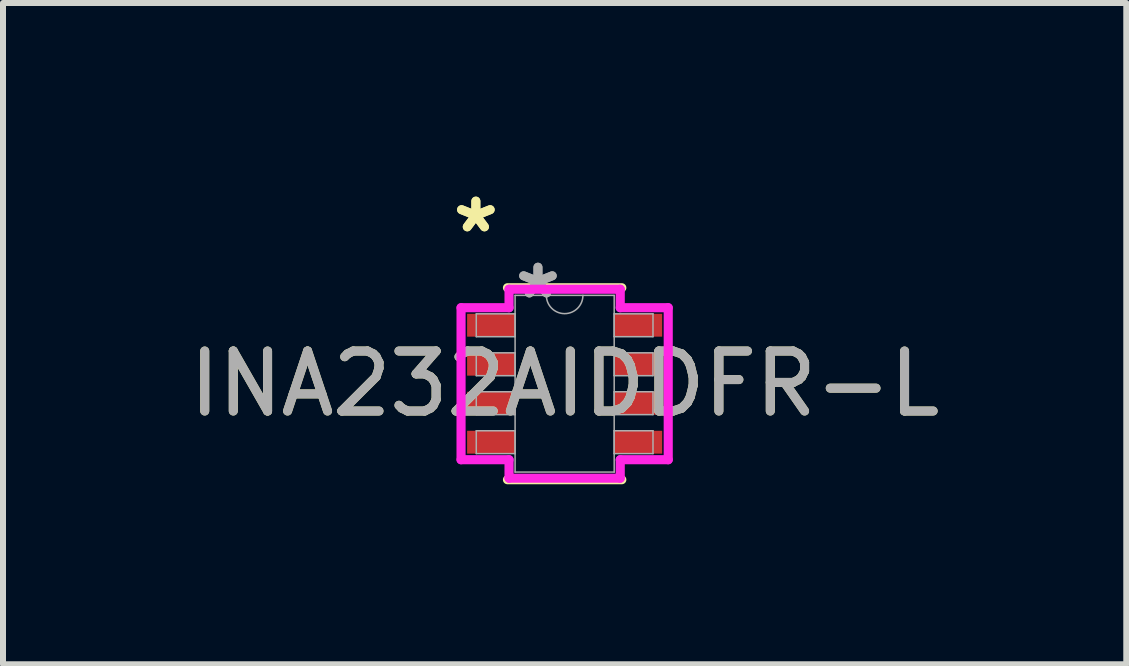
<source format=kicad_pcb>
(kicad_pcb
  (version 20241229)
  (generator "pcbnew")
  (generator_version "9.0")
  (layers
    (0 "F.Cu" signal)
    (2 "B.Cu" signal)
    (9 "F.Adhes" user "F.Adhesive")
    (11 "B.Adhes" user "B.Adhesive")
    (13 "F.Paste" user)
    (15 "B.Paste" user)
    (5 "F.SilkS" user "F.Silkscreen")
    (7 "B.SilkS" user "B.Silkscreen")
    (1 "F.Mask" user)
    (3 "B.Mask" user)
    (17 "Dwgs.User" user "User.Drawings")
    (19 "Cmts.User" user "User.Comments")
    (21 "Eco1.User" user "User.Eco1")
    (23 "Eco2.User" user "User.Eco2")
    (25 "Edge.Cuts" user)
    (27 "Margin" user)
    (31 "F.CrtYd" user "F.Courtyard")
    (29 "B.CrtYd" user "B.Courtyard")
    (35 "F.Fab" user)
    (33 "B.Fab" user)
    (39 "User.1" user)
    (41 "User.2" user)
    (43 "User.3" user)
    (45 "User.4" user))
  (footprint "INA232AIDDFR-L"
    (layer "F.Cu")
    (at 6.363 3.347)
    (property "Reference" "INA232AIDDFR-L" (at 0 0 0) (unlocked yes) (layer "F.SilkS") (effects (font (size 1 1) (thickness 0.15))))
    (attr smd)
    (fp_line (start -0.953 1.6) (end 0.953 1.6) (stroke (width 0.152) (type solid)) (layer "F.SilkS"))
    (fp_line (start 0.953 -1.6) (end -0.953 -1.6) (stroke (width 0.152) (type solid)) (layer "F.SilkS"))
    (fp_line (start -1.727 -1.267) (end -0.927 -1.267) (stroke (width 0.152) (type solid)) (layer "F.CrtYd"))
    (fp_line (start -1.727 1.267) (end -1.727 -1.267) (stroke (width 0.152) (type solid)) (layer "F.CrtYd"))
    (fp_line (start -1.727 1.267) (end -0.927 1.267) (stroke (width 0.152) (type solid)) (layer "F.CrtYd"))
    (fp_line (start -0.927 -1.575) (end 0.927 -1.575) (stroke (width 0.152) (type solid)) (layer "F.CrtYd"))
    (fp_line (start -0.927 -1.267) (end -0.927 -1.575) (stroke (width 0.152) (type solid)) (layer "F.CrtYd"))
    (fp_line (start -0.927 1.575) (end -0.927 1.267) (stroke (width 0.152) (type solid)) (layer "F.CrtYd"))
    (fp_line (start 0.927 -1.575) (end 0.927 -1.267) (stroke (width 0.152) (type solid)) (layer "F.CrtYd"))
    (fp_line (start 0.927 1.267) (end 0.927 1.575) (stroke (width 0.152) (type solid)) (layer "F.CrtYd"))
    (fp_line (start 0.927 1.575) (end -0.927 1.575) (stroke (width 0.152) (type solid)) (layer "F.CrtYd"))
    (fp_line (start 1.727 -1.267) (end 0.927 -1.267) (stroke (width 0.152) (type solid)) (layer "F.CrtYd"))
    (fp_line (start 1.727 -1.267) (end 1.727 1.267) (stroke (width 0.152) (type solid)) (layer "F.CrtYd"))
    (fp_line (start 1.727 1.267) (end 0.927 1.267) (stroke (width 0.152) (type solid)) (layer "F.CrtYd"))
    (fp_line (start -1.473 -1.165) (end -1.473 -0.784) (stroke (width 0.025) (type solid)) (layer "F.Fab"))
    (fp_line (start -1.473 -0.784) (end -0.826 -0.784) (stroke (width 0.025) (type solid)) (layer "F.Fab"))
    (fp_line (start -1.473 -0.515) (end -1.473 -0.134) (stroke (width 0.025) (type solid)) (layer "F.Fab"))
    (fp_line (start -1.473 -0.134) (end -0.826 -0.134) (stroke (width 0.025) (type solid)) (layer "F.Fab"))
    (fp_line (start -1.473 0.134) (end -1.473 0.515) (stroke (width 0.025) (type solid)) (layer "F.Fab"))
    (fp_line (start -1.473 0.515) (end -0.826 0.515) (stroke (width 0.025) (type solid)) (layer "F.Fab"))
    (fp_line (start -1.473 0.784) (end -1.473 1.165) (stroke (width 0.025) (type solid)) (layer "F.Fab"))
    (fp_line (start -1.473 1.165) (end -0.826 1.165) (stroke (width 0.025) (type solid)) (layer "F.Fab"))
    (fp_line (start -0.826 -1.473) (end -0.826 1.473) (stroke (width 0.025) (type solid)) (layer "F.Fab"))
    (fp_line (start -0.826 -1.165) (end -1.473 -1.165) (stroke (width 0.025) (type solid)) (layer "F.Fab"))
    (fp_line (start -0.826 -0.784) (end -0.826 -1.165) (stroke (width 0.025) (type solid)) (layer "F.Fab"))
    (fp_line (start -0.826 -0.515) (end -1.473 -0.515) (stroke (width 0.025) (type solid)) (layer "F.Fab"))
    (fp_line (start -0.826 -0.134) (end -0.826 -0.515) (stroke (width 0.025) (type solid)) (layer "F.Fab"))
    (fp_line (start -0.826 0.134) (end -1.473 0.134) (stroke (width 0.025) (type solid)) (layer "F.Fab"))
    (fp_line (start -0.826 0.515) (end -0.826 0.134) (stroke (width 0.025) (type solid)) (layer "F.Fab"))
    (fp_line (start -0.826 0.784) (end -1.473 0.784) (stroke (width 0.025) (type solid)) (layer "F.Fab"))
    (fp_line (start -0.826 1.165) (end -0.826 0.784) (stroke (width 0.025) (type solid)) (layer "F.Fab"))
    (fp_line (start -0.826 1.473) (end 0.826 1.473) (stroke (width 0.025) (type solid)) (layer "F.Fab"))
    (fp_line (start 0.826 -1.473) (end -0.826 -1.473) (stroke (width 0.025) (type solid)) (layer "F.Fab"))
    (fp_line (start 0.826 -1.165) (end 0.826 -0.784) (stroke (width 0.025) (type solid)) (layer "F.Fab"))
    (fp_line (start 0.826 -0.784) (end 1.473 -0.784) (stroke (width 0.025) (type solid)) (layer "F.Fab"))
    (fp_line (start 0.826 -0.515) (end 0.826 -0.134) (stroke (width 0.025) (type solid)) (layer "F.Fab"))
    (fp_line (start 0.826 -0.134) (end 1.473 -0.134) (stroke (width 0.025) (type solid)) (layer "F.Fab"))
    (fp_line (start 0.826 0.134) (end 0.826 0.515) (stroke (width 0.025) (type solid)) (layer "F.Fab"))
    (fp_line (start 0.826 0.515) (end 1.473 0.515) (stroke (width 0.025) (type solid)) (layer "F.Fab"))
    (fp_line (start 0.826 0.784) (end 0.826 1.165) (stroke (width 0.025) (type solid)) (layer "F.Fab"))
    (fp_line (start 0.826 1.165) (end 1.473 1.165) (stroke (width 0.025) (type solid)) (layer "F.Fab"))
    (fp_line (start 0.826 1.473) (end 0.826 -1.473) (stroke (width 0.025) (type solid)) (layer "F.Fab"))
    (fp_line (start 1.473 -1.165) (end 0.826 -1.165) (stroke (width 0.025) (type solid)) (layer "F.Fab"))
    (fp_line (start 1.473 -0.784) (end 1.473 -1.165) (stroke (width 0.025) (type solid)) (layer "F.Fab"))
    (fp_line (start 1.473 -0.515) (end 0.826 -0.515) (stroke (width 0.025) (type solid)) (layer "F.Fab"))
    (fp_line (start 1.473 -0.134) (end 1.473 -0.515) (stroke (width 0.025) (type solid)) (layer "F.Fab"))
    (fp_line (start 1.473 0.134) (end 0.826 0.134) (stroke (width 0.025) (type solid)) (layer "F.Fab"))
    (fp_line (start 1.473 0.515) (end 1.473 0.134) (stroke (width 0.025) (type solid)) (layer "F.Fab"))
    (fp_line (start 1.473 0.784) (end 0.826 0.784) (stroke (width 0.025) (type solid)) (layer "F.Fab"))
    (fp_line (start 1.473 1.165) (end 1.473 0.784) (stroke (width 0.025) (type solid)) (layer "F.Fab"))
    (fp_arc (start 0.3048 -1.4732) (mid 0 -1.1684) (end -0.3048 -1.4732) (stroke (width 0.0254) (type solid)) (layer "F.Fab"))
    (fp_text user "*" (at -1.48 -2.499 0) (unlocked yes) (layer "F.SilkS") (effects (font (size 1 1) (thickness 0.15))))
    (fp_text user "*" (at -1.48 -2.499 0) (layer "F.SilkS") (effects (font (size 1 1) (thickness 0.15))))
    (fp_text user "${REFERENCE}" (at 0 0 0) (unlocked yes) (layer "F.Fab") (effects (font (size 1 1) (thickness 0.15))))
    (fp_text user "*" (at -0.445 -1.397 0) (layer "F.Fab") (effects (font (size 1 1) (thickness 0.15))))
    (fp_text user "*" (at -0.445 -1.397 0) (unlocked yes) (layer "F.Fab") (effects (font (size 1 1) (thickness 0.15))))
    (pad "1" smd rect (at -1.226 -0.975) (size 0.8 0.381) (layers "F.Cu" "F.Mask" "F.Paste"))
    (pad "2" smd rect (at -1.226 -0.325) (size 0.8 0.381) (layers "F.Cu" "F.Mask" "F.Paste"))
    (pad "3" smd rect (at -1.226 0.325) (size 0.8 0.381) (layers "F.Cu" "F.Mask" "F.Paste"))
    (pad "4" smd rect (at -1.226 0.975) (size 0.8 0.381) (layers "F.Cu" "F.Mask" "F.Paste"))
    (pad "5" smd rect (at 1.226 0.975) (size 0.8 0.381) (layers "F.Cu" "F.Mask" "F.Paste"))
    (pad "6" smd rect (at 1.226 0.325) (size 0.8 0.381) (layers "F.Cu" "F.Mask" "F.Paste"))
    (pad "7" smd rect (at 1.226 -0.325) (size 0.8 0.381) (layers "F.Cu" "F.Mask" "F.Paste"))
    (pad "8" smd rect (at 1.226 -0.975) (size 0.8 0.381) (layers "F.Cu" "F.Mask" "F.Paste")))
  (gr_rect
    (start -3 -3)
    (end 15.726 8.024)
    (stroke (width 0.1) (type default))
    (fill no)
    (layer "Edge.Cuts")))
</source>
